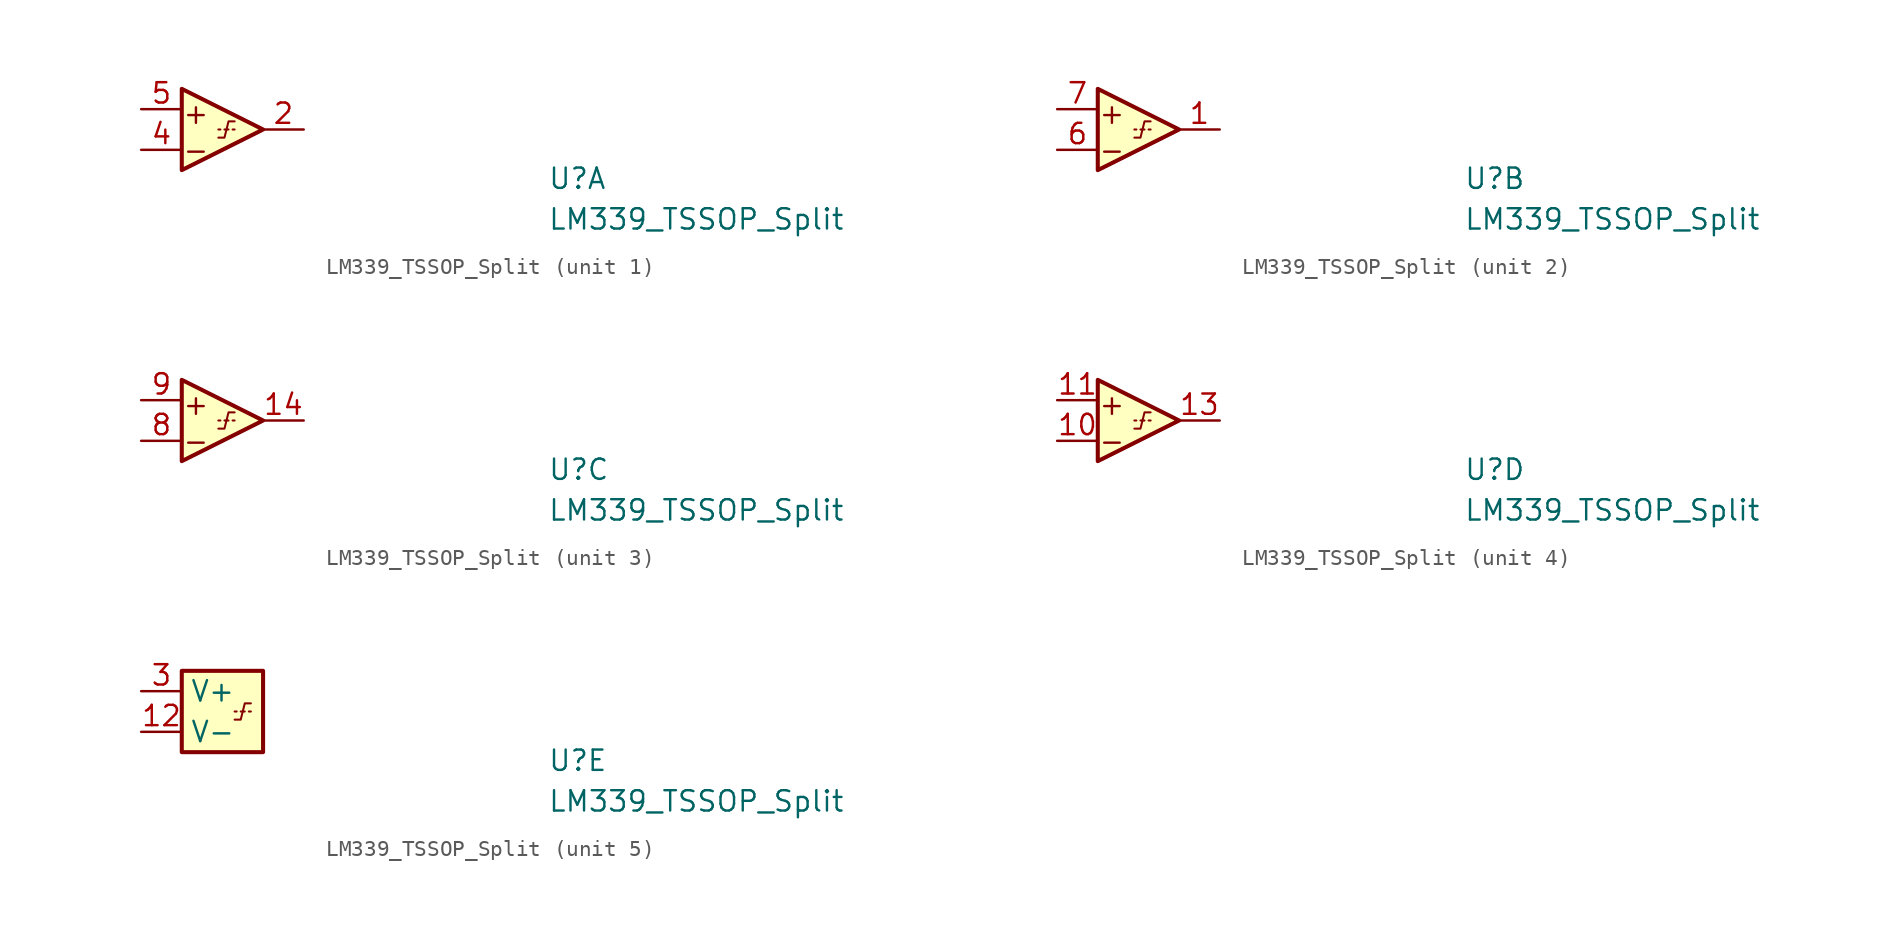
<source format=kicad_sym>
(kicad_symbol_lib
  (version 20211014)
  (generator kicad_symbol_editor)
  (symbol "LM339_TSSOP_Split"
    (property "Reference" "U"
      (at 25.4 -5.08 0)
      (effects (font (size 1.27 1.27) (thickness 0.15)) (justify left bottom)))
    (property "Value" "LM339_TSSOP_Split"
      (at 25.4 -7.62 0)
      (effects (font (size 1.27 1.27) (thickness 0.15)) (justify left bottom)))
    (symbol "LM339_TSSOP_Split_1_1"
      (polyline (pts (xy 4.953 -1.27) (xy 4.826 -1.27)) (stroke (width 0.127) (type default) (color 0 0 0 0)) (fill (type background)))
      (polyline (pts (xy 5.461 -1.27) (xy 5.207 -1.27)) (stroke (width 0.127) (type default) (color 0 0 0 0)) (fill (type background)))
      (polyline (pts (xy 5.842 -1.27) (xy 5.715 -1.27)) (stroke (width 0.127) (type default) (color 0 0 0 0)) (fill (type background)))
      (polyline (pts (xy 2.54 1.27) (xy 7.62 -1.27) (xy 2.54 -3.81) (xy 2.54 1.27)) (stroke (width 0.254) (type default) (color 0 0 0 0)) (fill (type background)))
      (polyline (pts (xy 4.826 -1.778) (xy 5.207 -1.778) (xy 5.461 -0.762) (xy 5.842 -0.762)) (stroke (width 0.127) (type default) (color 0 0 0 0)) (fill (type background)))
      (text "+" (at 2.54 -1.016 0) (effects (font (size 1.27 1.27) (thickness 0.15)) (justify left bottom)))
      (text "-" (at 2.54 -3.302 0) (effects (font (size 1.27 1.27) (thickness 0.15)) (justify left bottom)))
      (pin output line (at 10.16 -1.27 180) (length 2.54) (name "" (effects (font (size 1.27 1.27)))) (number "2" (effects (font (size 1.27 1.27)))))
      (pin input line (at 0 -2.54 0) (length 2.54) (name "" (effects (font (size 1.27 1.27)))) (number "4" (effects (font (size 1.27 1.27)))))
      (pin input line (at 0 0 0) (length 2.54) (name "" (effects (font (size 1.27 1.27)))) (number "5" (effects (font (size 1.27 1.27))))))
    (symbol "LM339_TSSOP_Split_2_1"
      (polyline (pts (xy 4.953 -1.27) (xy 4.826 -1.27)) (stroke (width 0.127) (type default) (color 0 0 0 0)) (fill (type background)))
      (polyline (pts (xy 5.461 -1.27) (xy 5.207 -1.27)) (stroke (width 0.127) (type default) (color 0 0 0 0)) (fill (type background)))
      (polyline (pts (xy 5.842 -1.27) (xy 5.715 -1.27)) (stroke (width 0.127) (type default) (color 0 0 0 0)) (fill (type background)))
      (polyline (pts (xy 2.54 1.27) (xy 7.62 -1.27) (xy 2.54 -3.81) (xy 2.54 1.27)) (stroke (width 0.254) (type default) (color 0 0 0 0)) (fill (type background)))
      (polyline (pts (xy 4.826 -1.778) (xy 5.207 -1.778) (xy 5.461 -0.762) (xy 5.842 -0.762)) (stroke (width 0.127) (type default) (color 0 0 0 0)) (fill (type background)))
      (text "+" (at 2.54 -1.016 0) (effects (font (size 1.27 1.27) (thickness 0.15)) (justify left bottom)))
      (text "-" (at 2.54 -3.302 0) (effects (font (size 1.27 1.27) (thickness 0.15)) (justify left bottom)))
      (pin output line (at 10.16 -1.27 180) (length 2.54) (name "" (effects (font (size 1.27 1.27)))) (number "1" (effects (font (size 1.27 1.27)))))
      (pin input line (at 0 -2.54 0) (length 2.54) (name "" (effects (font (size 1.27 1.27)))) (number "6" (effects (font (size 1.27 1.27)))))
      (pin input line (at 0 0 0) (length 2.54) (name "" (effects (font (size 1.27 1.27)))) (number "7" (effects (font (size 1.27 1.27))))))
    (symbol "LM339_TSSOP_Split_3_1"
      (polyline (pts (xy 4.953 -1.27) (xy 4.826 -1.27)) (stroke (width 0.127) (type default) (color 0 0 0 0)) (fill (type background)))
      (polyline (pts (xy 5.461 -1.27) (xy 5.207 -1.27)) (stroke (width 0.127) (type default) (color 0 0 0 0)) (fill (type background)))
      (polyline (pts (xy 5.842 -1.27) (xy 5.715 -1.27)) (stroke (width 0.127) (type default) (color 0 0 0 0)) (fill (type background)))
      (polyline (pts (xy 2.54 1.27) (xy 7.62 -1.27) (xy 2.54 -3.81) (xy 2.54 1.27)) (stroke (width 0.254) (type default) (color 0 0 0 0)) (fill (type background)))
      (polyline (pts (xy 4.826 -1.778) (xy 5.207 -1.778) (xy 5.461 -0.762) (xy 5.842 -0.762)) (stroke (width 0.127) (type default) (color 0 0 0 0)) (fill (type background)))
      (text "+" (at 2.54 -1.016 0) (effects (font (size 1.27 1.27) (thickness 0.15)) (justify left bottom)))
      (text "-" (at 2.54 -3.302 0) (effects (font (size 1.27 1.27) (thickness 0.15)) (justify left bottom)))
      (pin output line (at 10.16 -1.27 180) (length 2.54) (name "" (effects (font (size 1.27 1.27)))) (number "14" (effects (font (size 1.27 1.27)))))
      (pin input line (at 0 -2.54 0) (length 2.54) (name "" (effects (font (size 1.27 1.27)))) (number "8" (effects (font (size 1.27 1.27)))))
      (pin input line (at 0 0 0) (length 2.54) (name "" (effects (font (size 1.27 1.27)))) (number "9" (effects (font (size 1.27 1.27))))))
    (symbol "LM339_TSSOP_Split_4_1"
      (polyline (pts (xy 4.953 -1.27) (xy 4.826 -1.27)) (stroke (width 0.127) (type default) (color 0 0 0 0)) (fill (type background)))
      (polyline (pts (xy 5.461 -1.27) (xy 5.207 -1.27)) (stroke (width 0.127) (type default) (color 0 0 0 0)) (fill (type background)))
      (polyline (pts (xy 5.842 -1.27) (xy 5.715 -1.27)) (stroke (width 0.127) (type default) (color 0 0 0 0)) (fill (type background)))
      (polyline (pts (xy 2.54 1.27) (xy 7.62 -1.27) (xy 2.54 -3.81) (xy 2.54 1.27)) (stroke (width 0.254) (type default) (color 0 0 0 0)) (fill (type background)))
      (polyline (pts (xy 4.826 -1.778) (xy 5.207 -1.778) (xy 5.461 -0.762) (xy 5.842 -0.762)) (stroke (width 0.127) (type default) (color 0 0 0 0)) (fill (type background)))
      (text "+" (at 2.54 -1.016 0) (effects (font (size 1.27 1.27) (thickness 0.15)) (justify left bottom)))
      (text "-" (at 2.54 -3.302 0) (effects (font (size 1.27 1.27) (thickness 0.15)) (justify left bottom)))
      (pin input line (at 0 -2.54 0) (length 2.54) (name "" (effects (font (size 1.27 1.27)))) (number "10" (effects (font (size 1.27 1.27)))))
      (pin input line (at 0 0 0) (length 2.54) (name "" (effects (font (size 1.27 1.27)))) (number "11" (effects (font (size 1.27 1.27)))))
      (pin output line (at 10.16 -1.27 180) (length 2.54) (name "" (effects (font (size 1.27 1.27)))) (number "13" (effects (font (size 1.27 1.27))))))
    (symbol "LM339_TSSOP_Split_5_1"
      (polyline (pts (xy 5.969 -1.27) (xy 5.842 -1.27)) (stroke (width 0.127) (type default) (color 0 0 0 0)) (fill (type background)))
      (polyline (pts (xy 6.477 -1.27) (xy 6.223 -1.27)) (stroke (width 0.127) (type default) (color 0 0 0 0)) (fill (type background)))
      (polyline (pts (xy 6.858 -1.27) (xy 6.731 -1.27)) (stroke (width 0.127) (type default) (color 0 0 0 0)) (fill (type background)))
      (polyline (pts (xy 5.842 -1.778) (xy 6.223 -1.778) (xy 6.477 -0.762) (xy 6.858 -0.762)) (stroke (width 0.127) (type default) (color 0 0 0 0)) (fill (type background)))
      (rectangle (start 2.54 1.27) (end 7.62 -3.81) (stroke (width 0.254) (type default) (color 0 0 0 0)) (fill (type background)))
      (pin power_in line (at 0 -2.54 0) (length 2.54) (name "V-" (effects (font (size 1.27 1.27)))) (number "12" (effects (font (size 1.27 1.27)))))
      (pin power_in line (at 0 0 0) (length 2.54) (name "V+" (effects (font (size 1.27 1.27)))) (number "3" (effects (font (size 1.27 1.27))))))))
</source>
